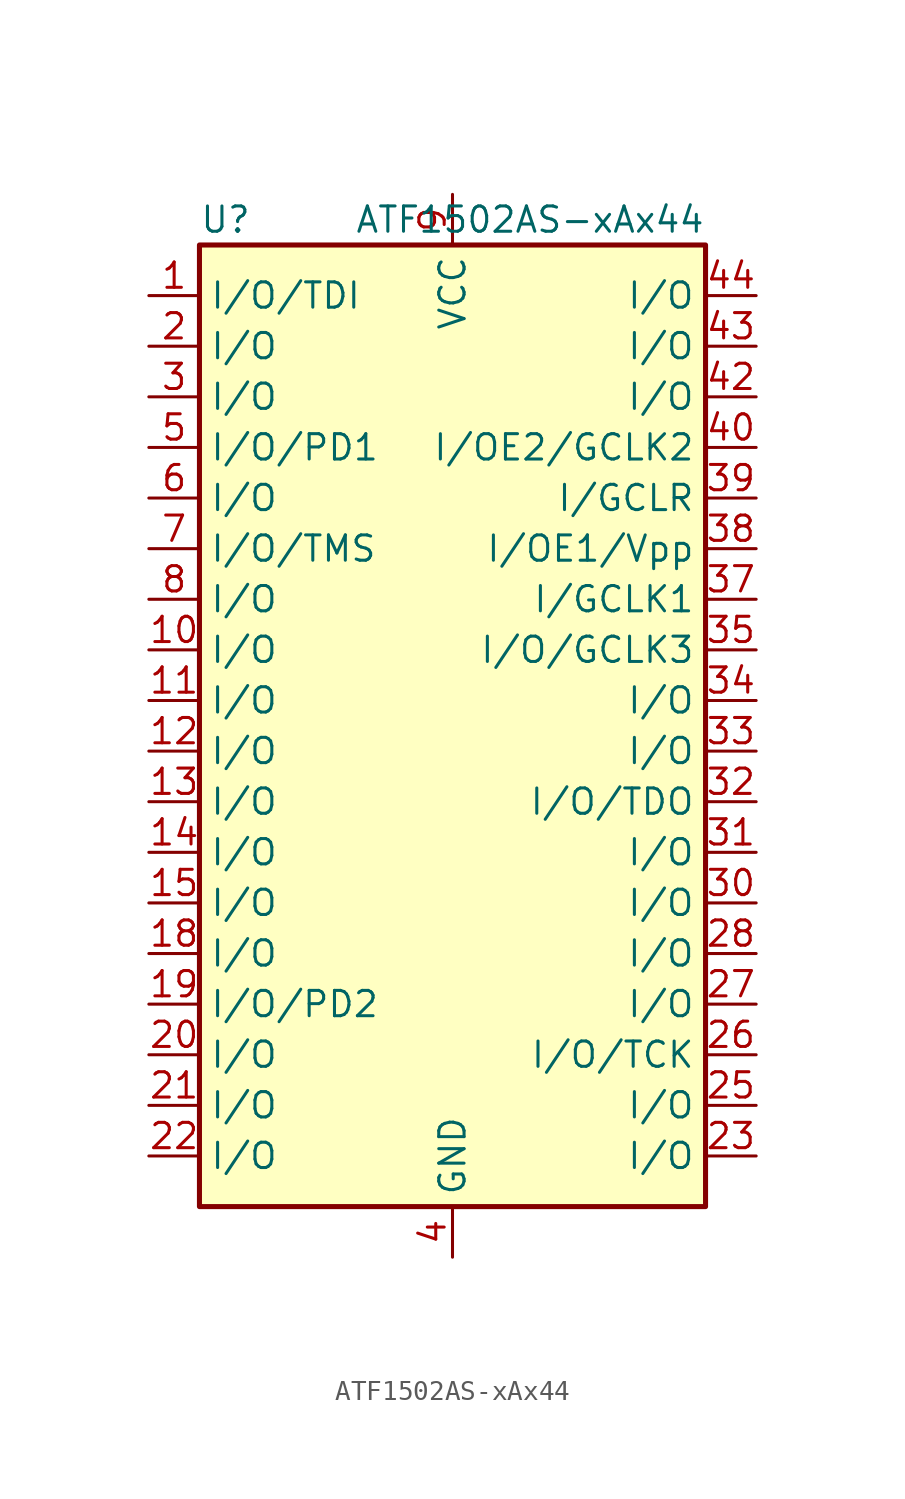
<source format=kicad_sym>
(kicad_symbol_lib
  (version 20220914)
  (generator kicad_symbol_editor)
  (symbol "ATF1502AS-xAx44"
    (property "Reference" "U"
      (at -12.7 24.13 0)
      (effects (font (size 1.27 1.27)) (justify left)))
    (property "Value" "ATF1502AS-xAx44"
      (at 12.7 24.13 0)
      (effects (font (size 1.27 1.27)) (justify right)))
    (symbol "ATF1502AS-xAx44_0_1"
      (rectangle (start -12.7 22.86) (end 12.7 -25.4) (stroke (width 0.254) (type default)) (fill (type background))))
    (symbol "ATF1502AS-xAx44_1_1"
      (pin bidirectional line (at -15.24 20.32 0) (length 2.54) (name "I/O/TDI" (effects (font (size 1.27 1.27)))) (number "1" (effects (font (size 1.27 1.27)))))
      (pin bidirectional line (at -15.24 2.54 0) (length 2.54) (name "I/O" (effects (font (size 1.27 1.27)))) (number "10" (effects (font (size 1.27 1.27)))))
      (pin bidirectional line (at -15.24 0 0) (length 2.54) (name "I/O" (effects (font (size 1.27 1.27)))) (number "11" (effects (font (size 1.27 1.27)))))
      (pin bidirectional line (at -15.24 -2.54 0) (length 2.54) (name "I/O" (effects (font (size 1.27 1.27)))) (number "12" (effects (font (size 1.27 1.27)))))
      (pin bidirectional line (at -15.24 -5.08 0) (length 2.54) (name "I/O" (effects (font (size 1.27 1.27)))) (number "13" (effects (font (size 1.27 1.27)))))
      (pin bidirectional line (at -15.24 -7.62 0) (length 2.54) (name "I/O" (effects (font (size 1.27 1.27)))) (number "14" (effects (font (size 1.27 1.27)))))
      (pin bidirectional line (at -15.24 -10.16 0) (length 2.54) (name "I/O" (effects (font (size 1.27 1.27)))) (number "15" (effects (font (size 1.27 1.27)))))
      (pin passive line (at 0 -27.94 90) (length 2.54) hide (name "GND" (effects (font (size 1.27 1.27)))) (number "16" (effects (font (size 1.27 1.27)))))
      (pin passive line (at 0 25.4 270) (length 2.54) hide (name "VCC" (effects (font (size 1.27 1.27)))) (number "17" (effects (font (size 1.27 1.27)))))
      (pin bidirectional line (at -15.24 -12.7 0) (length 2.54) (name "I/O" (effects (font (size 1.27 1.27)))) (number "18" (effects (font (size 1.27 1.27)))))
      (pin bidirectional line (at -15.24 -15.24 0) (length 2.54) (name "I/O/PD2" (effects (font (size 1.27 1.27)))) (number "19" (effects (font (size 1.27 1.27)))))
      (pin bidirectional line (at -15.24 17.78 0) (length 2.54) (name "I/O" (effects (font (size 1.27 1.27)))) (number "2" (effects (font (size 1.27 1.27)))))
      (pin bidirectional line (at -15.24 -17.78 0) (length 2.54) (name "I/O" (effects (font (size 1.27 1.27)))) (number "20" (effects (font (size 1.27 1.27)))))
      (pin bidirectional line (at -15.24 -20.32 0) (length 2.54) (name "I/O" (effects (font (size 1.27 1.27)))) (number "21" (effects (font (size 1.27 1.27)))))
      (pin bidirectional line (at -15.24 -22.86 0) (length 2.54) (name "I/O" (effects (font (size 1.27 1.27)))) (number "22" (effects (font (size 1.27 1.27)))))
      (pin bidirectional line (at 15.24 -22.86 180) (length 2.54) (name "I/O" (effects (font (size 1.27 1.27)))) (number "23" (effects (font (size 1.27 1.27)))))
      (pin passive line (at 0 -27.94 90) (length 2.54) hide (name "GND" (effects (font (size 1.27 1.27)))) (number "24" (effects (font (size 1.27 1.27)))))
      (pin bidirectional line (at 15.24 -20.32 180) (length 2.54) (name "I/O" (effects (font (size 1.27 1.27)))) (number "25" (effects (font (size 1.27 1.27)))))
      (pin bidirectional line (at 15.24 -17.78 180) (length 2.54) (name "I/O/TCK" (effects (font (size 1.27 1.27)))) (number "26" (effects (font (size 1.27 1.27)))))
      (pin bidirectional line (at 15.24 -15.24 180) (length 2.54) (name "I/O" (effects (font (size 1.27 1.27)))) (number "27" (effects (font (size 1.27 1.27)))))
      (pin bidirectional line (at 15.24 -12.7 180) (length 2.54) (name "I/O" (effects (font (size 1.27 1.27)))) (number "28" (effects (font (size 1.27 1.27)))))
      (pin passive line (at 0 25.4 270) (length 2.54) hide (name "VCC" (effects (font (size 1.27 1.27)))) (number "29" (effects (font (size 1.27 1.27)))))
      (pin bidirectional line (at -15.24 15.24 0) (length 2.54) (name "I/O" (effects (font (size 1.27 1.27)))) (number "3" (effects (font (size 1.27 1.27)))))
      (pin bidirectional line (at 15.24 -10.16 180) (length 2.54) (name "I/O" (effects (font (size 1.27 1.27)))) (number "30" (effects (font (size 1.27 1.27)))))
      (pin bidirectional line (at 15.24 -7.62 180) (length 2.54) (name "I/O" (effects (font (size 1.27 1.27)))) (number "31" (effects (font (size 1.27 1.27)))))
      (pin bidirectional line (at 15.24 -5.08 180) (length 2.54) (name "I/O/TDO" (effects (font (size 1.27 1.27)))) (number "32" (effects (font (size 1.27 1.27)))))
      (pin bidirectional line (at 15.24 -2.54 180) (length 2.54) (name "I/O" (effects (font (size 1.27 1.27)))) (number "33" (effects (font (size 1.27 1.27)))))
      (pin bidirectional line (at 15.24 0 180) (length 2.54) (name "I/O" (effects (font (size 1.27 1.27)))) (number "34" (effects (font (size 1.27 1.27)))))
      (pin bidirectional line (at 15.24 2.54 180) (length 2.54) (name "I/O/GCLK3" (effects (font (size 1.27 1.27)))) (number "35" (effects (font (size 1.27 1.27)))))
      (pin passive line (at 0 -27.94 90) (length 2.54) hide (name "GND" (effects (font (size 1.27 1.27)))) (number "36" (effects (font (size 1.27 1.27)))))
      (pin input line (at 15.24 5.08 180) (length 2.54) (name "I/GCLK1" (effects (font (size 1.27 1.27)))) (number "37" (effects (font (size 1.27 1.27)))))
      (pin input line (at 15.24 7.62 180) (length 2.54) (name "I/OE1/Vpp" (effects (font (size 1.27 1.27)))) (number "38" (effects (font (size 1.27 1.27)))))
      (pin input line (at 15.24 10.16 180) (length 2.54) (name "I/GCLR" (effects (font (size 1.27 1.27)))) (number "39" (effects (font (size 1.27 1.27)))))
      (pin power_in line (at 0 -27.94 90) (length 2.54) (name "GND" (effects (font (size 1.27 1.27)))) (number "4" (effects (font (size 1.27 1.27)))))
      (pin input line (at 15.24 12.7 180) (length 2.54) (name "I/OE2/GCLK2" (effects (font (size 1.27 1.27)))) (number "40" (effects (font (size 1.27 1.27)))))
      (pin passive line (at 0 25.4 270) (length 2.54) hide (name "VCC" (effects (font (size 1.27 1.27)))) (number "41" (effects (font (size 1.27 1.27)))))
      (pin bidirectional line (at 15.24 15.24 180) (length 2.54) (name "I/O" (effects (font (size 1.27 1.27)))) (number "42" (effects (font (size 1.27 1.27)))))
      (pin bidirectional line (at 15.24 17.78 180) (length 2.54) (name "I/O" (effects (font (size 1.27 1.27)))) (number "43" (effects (font (size 1.27 1.27)))))
      (pin bidirectional line (at 15.24 20.32 180) (length 2.54) (name "I/O" (effects (font (size 1.27 1.27)))) (number "44" (effects (font (size 1.27 1.27)))))
      (pin bidirectional line (at -15.24 12.7 0) (length 2.54) (name "I/O/PD1" (effects (font (size 1.27 1.27)))) (number "5" (effects (font (size 1.27 1.27)))))
      (pin bidirectional line (at -15.24 10.16 0) (length 2.54) (name "I/O" (effects (font (size 1.27 1.27)))) (number "6" (effects (font (size 1.27 1.27)))))
      (pin bidirectional line (at -15.24 7.62 0) (length 2.54) (name "I/O/TMS" (effects (font (size 1.27 1.27)))) (number "7" (effects (font (size 1.27 1.27)))))
      (pin bidirectional line (at -15.24 5.08 0) (length 2.54) (name "I/O" (effects (font (size 1.27 1.27)))) (number "8" (effects (font (size 1.27 1.27)))))
      (pin power_in line (at 0 25.4 270) (length 2.54) (name "VCC" (effects (font (size 1.27 1.27)))) (number "9" (effects (font (size 1.27 1.27))))))))
</source>
